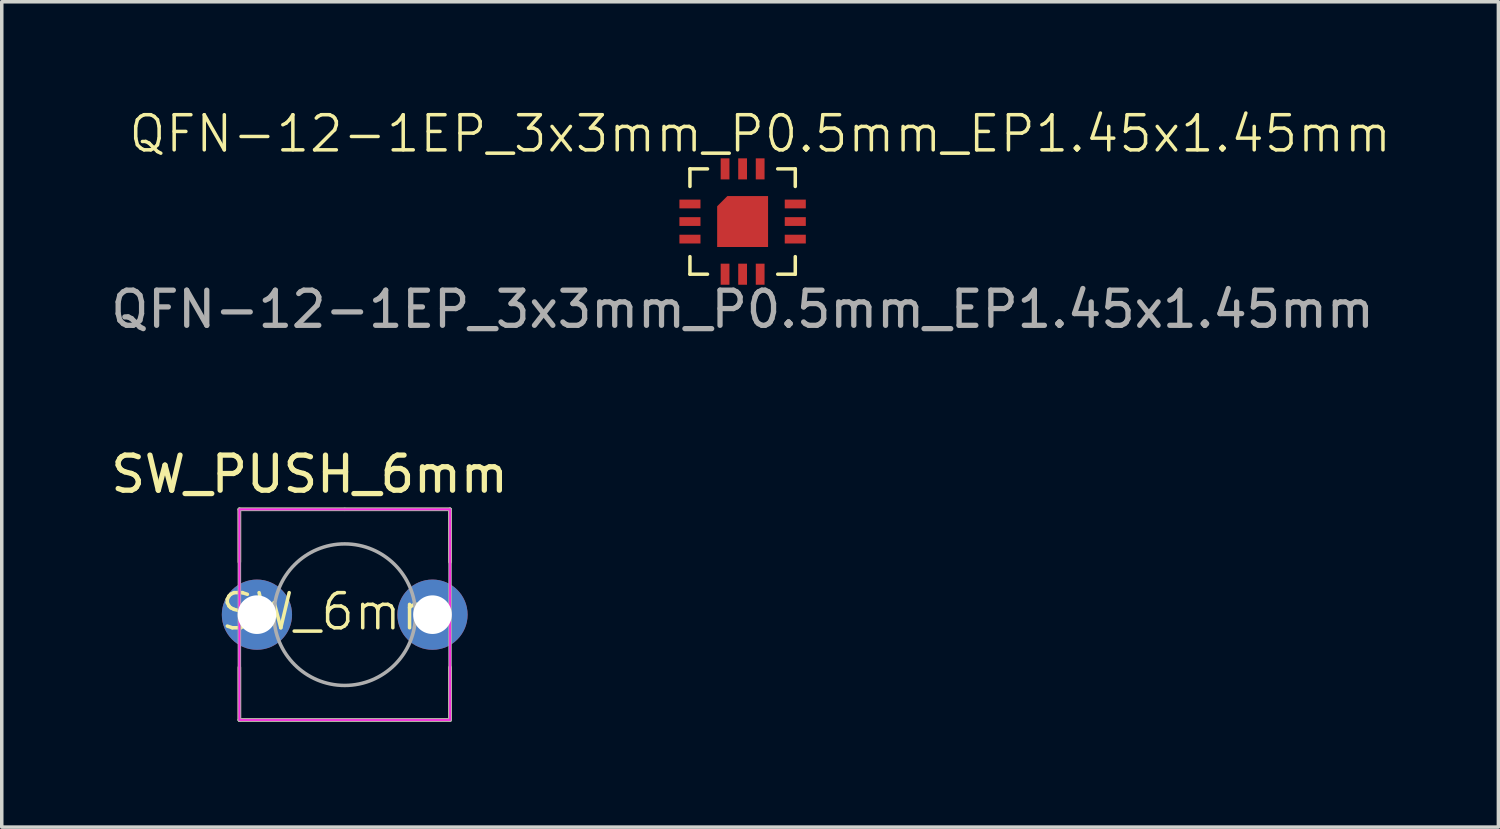
<source format=kicad_pcb>
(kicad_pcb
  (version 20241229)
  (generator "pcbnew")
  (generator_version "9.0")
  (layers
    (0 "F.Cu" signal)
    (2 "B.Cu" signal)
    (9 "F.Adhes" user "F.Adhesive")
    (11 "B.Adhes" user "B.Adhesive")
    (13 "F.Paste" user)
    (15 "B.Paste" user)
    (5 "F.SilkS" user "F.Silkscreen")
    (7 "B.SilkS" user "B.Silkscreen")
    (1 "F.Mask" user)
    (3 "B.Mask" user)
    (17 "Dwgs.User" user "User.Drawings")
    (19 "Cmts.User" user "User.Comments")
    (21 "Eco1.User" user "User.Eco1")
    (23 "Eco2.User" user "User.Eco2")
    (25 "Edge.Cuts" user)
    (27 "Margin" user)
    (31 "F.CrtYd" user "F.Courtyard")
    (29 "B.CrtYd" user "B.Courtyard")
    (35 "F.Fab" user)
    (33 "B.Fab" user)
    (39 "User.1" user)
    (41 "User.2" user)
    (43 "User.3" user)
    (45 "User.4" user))
  (footprint "QFN-12-1EP_3x3mm_P0.5mm_EP1.45x1.45mm"
    (layer "F.Cu")
    (at 18.101 3.26)
    (property "Reference" "QFN-12-1EP_3x3mm_P0.5mm_EP1.45x1.45mm" (at 0.5 -2.5 0) (unlocked yes) (layer "F.SilkS") (effects (font (size 1 1) (thickness 0.1))))
    (attr smd)
    (fp_line (start -1.5 -1.5) (end -1 -1.5) (stroke (width 0.1) (type default)) (layer "F.SilkS"))
    (fp_line (start -1.5 -1) (end -1.5 -1.5) (stroke (width 0.1) (type default)) (layer "F.SilkS"))
    (fp_line (start -1.5 1.5) (end -1.5 1) (stroke (width 0.1) (type default)) (layer "F.SilkS"))
    (fp_line (start -1 1.5) (end -1.5 1.5) (stroke (width 0.1) (type default)) (layer "F.SilkS"))
    (fp_line (start 1 -1.5) (end 1.5 -1.5) (stroke (width 0.1) (type default)) (layer "F.SilkS"))
    (fp_line (start 1.5 -1.5) (end 1.5 -1) (stroke (width 0.1) (type default)) (layer "F.SilkS"))
    (fp_line (start 1.5 1) (end 1.5 1.5) (stroke (width 0.1) (type default)) (layer "F.SilkS"))
    (fp_line (start 1.5 1.5) (end 1 1.5) (stroke (width 0.1) (type default)) (layer "F.SilkS"))
    (fp_text user "${REFERENCE}" (at 0 2.5 0) (unlocked yes) (layer "F.Fab") (effects (font (size 1 1) (thickness 0.15))))
    (pad "1" smd rect (at -1.5 -0.5) (size 0.6 0.25) (layers "F.Cu" "F.Mask" "F.Paste"))
    (pad "2" smd rect (at -1.5 0) (size 0.6 0.25) (layers "F.Cu" "F.Mask" "F.Paste"))
    (pad "3" smd rect (at -1.5 0.5) (size 0.6 0.25) (layers "F.Cu" "F.Mask" "F.Paste"))
    (pad "4" smd rect (at -0.5 1.5 90) (size 0.6 0.25) (layers "F.Cu" "F.Mask" "F.Paste"))
    (pad "5" smd rect (at 0 1.5 90) (size 0.6 0.25) (layers "F.Cu" "F.Mask" "F.Paste"))
    (pad "6" smd rect (at 0.5 1.5 90) (size 0.6 0.25) (layers "F.Cu" "F.Mask" "F.Paste"))
    (pad "7" smd rect (at 1.5 0.5 180) (size 0.6 0.25) (layers "F.Cu" "F.Mask" "F.Paste"))
    (pad "8" smd rect (at 1.5 0 180) (size 0.6 0.25) (layers "F.Cu" "F.Mask" "F.Paste"))
    (pad "9" smd rect (at 1.5 -0.5 180) (size 0.6 0.25) (layers "F.Cu" "F.Mask" "F.Paste"))
    (pad "10" smd rect (at 0.5 -1.5 270) (size 0.6 0.25) (layers "F.Cu" "F.Mask" "F.Paste"))
    (pad "11" smd rect (at 0 -1.5 270) (size 0.6 0.25) (layers "F.Cu" "F.Mask" "F.Paste"))
    (pad "12" smd rect (at -0.5 -1.5 270) (size 0.6 0.25) (layers "F.Cu" "F.Mask" "F.Paste"))
    (pad "13" smd roundrect (at 0 0) (size 1.45 1.45) (layers "F.Cu" "F.Mask" "F.Paste") (roundrect_rratio 0) (chamfer_ratio 0.2) (chamfer top_left)))
  (footprint "SW_PUSH_6mm"
    (layer "F.Cu")
    (at 6.768 14.457)
    (property "Reference" "SW_PUSH_6mm" (at -1 -4 0) (layer "F.SilkS") (effects (font (size 1 1) (thickness 0.15))))
    (attr through_hole)
    (fp_line (start -3 -3) (end 3 -3) (stroke (width 0.1) (type default)) (layer "F.SilkS"))
    (fp_line (start -3 -1.5) (end -3 -3) (stroke (width 0.1) (type default)) (layer "F.SilkS"))
    (fp_line (start -3 3) (end -3 1.5) (stroke (width 0.1) (type default)) (layer "F.SilkS"))
    (fp_line (start 3 -3) (end 3 -1.5) (stroke (width 0.1) (type default)) (layer "F.SilkS"))
    (fp_line (start 3 1.5) (end 3 3) (stroke (width 0.1) (type default)) (layer "F.SilkS"))
    (fp_line (start 3 3) (end -3 3) (stroke (width 0.1) (type default)) (layer "F.SilkS"))
    (fp_rect (start -3 -3) (end 3 3) (stroke (width 0.05) (type default)) (fill no) (layer "F.CrtYd"))
    (fp_line (start -3 -3) (end 0 -3) (stroke (width 0.1) (type solid)) (layer "F.Fab"))
    (fp_line (start -3 3) (end -3 -3) (stroke (width 0.1) (type solid)) (layer "F.Fab"))
    (fp_line (start 0 -3) (end 3 -3) (stroke (width 0.1) (type solid)) (layer "F.Fab"))
    (fp_line (start 3 -3) (end 3 3) (stroke (width 0.1) (type solid)) (layer "F.Fab"))
    (fp_line (start 3 3) (end -3 3) (stroke (width 0.1) (type solid)) (layer "F.Fab"))
    (fp_circle (center 0 0) (end -2 0.25) (stroke (width 0.1) (type solid)) (fill no) (layer "F.Fab"))
    (fp_text user "SW_6mm" (at -3.6 0.5 0) (unlocked yes) (layer "F.SilkS") (effects (font (size 1 1) (thickness 0.1)) (justify left bottom)))
    (pad "1" thru_hole circle (at -2.5 0 90) (size 2 2) (drill 1.1) (layers "*.Cu" "*.Mask"))
    (pad "2" thru_hole circle (at 2.5 0 90) (size 2 2) (drill 1.1) (layers "*.Cu" "*.Mask")))
  (gr_rect
    (start -3 -3)
    (end 39.627 20.507)
    (stroke (width 0.1) (type default))
    (fill no)
    (layer "Edge.Cuts")))
</source>
